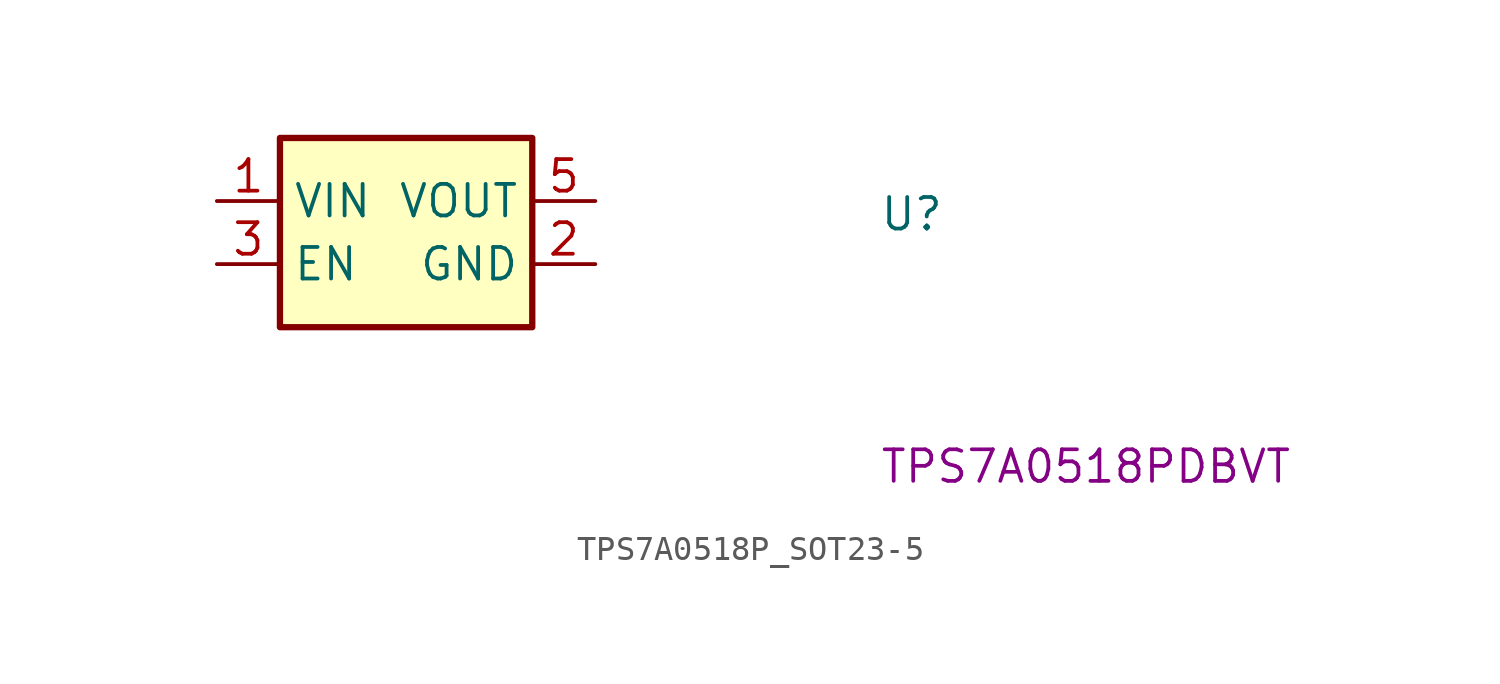
<source format=kicad_sym>
(kicad_symbol_lib
  (version 20211014)
  (generator kicad_symbol_editor)
  (symbol "TPS7A0518P_SOT23-5"
    (property "Reference" "U"
      (at 26.67 -1.27 0)
      (effects (font (size 1.27 1.27) (thickness 0.15)) (justify left bottom)))
    (property "MPN" "TPS7A0518PDBVT"
      (at 26.67 -11.43 0)
      (effects (font (size 1.27 1.27) (thickness 0.15)) (justify left bottom)))
    (symbol "TPS7A0518P_SOT23-5_1_1"
      (rectangle (start 2.54 2.54) (end 12.7 -5.08) (stroke (width 0.254) (type default) (color 0 0 0 0)) (fill (type background)))
      (pin power_in line (at 0 0 0) (length 2.54) (name "VIN" (effects (font (size 1.27 1.27)))) (number "1" (effects (font (size 1.27 1.27)))))
      (pin power_in line (at 15.24 -2.54 180) (length 2.54) (name "GND" (effects (font (size 1.27 1.27)))) (number "2" (effects (font (size 1.27 1.27)))))
      (pin input line (at 0 -2.54 0) (length 2.54) (name "EN" (effects (font (size 1.27 1.27)))) (number "3" (effects (font (size 1.27 1.27)))))
      (pin no_connect line (at 2.54 -3.81 0) (length 2.54) hide (name "NC" (effects (font (size 1.27 1.27)))) (number "4" (effects (font (size 1.27 1.27)))))
      (pin power_out line (at 15.24 0 180) (length 2.54) (name "VOUT" (effects (font (size 1.27 1.27)))) (number "5" (effects (font (size 1.27 1.27))))))))
</source>
